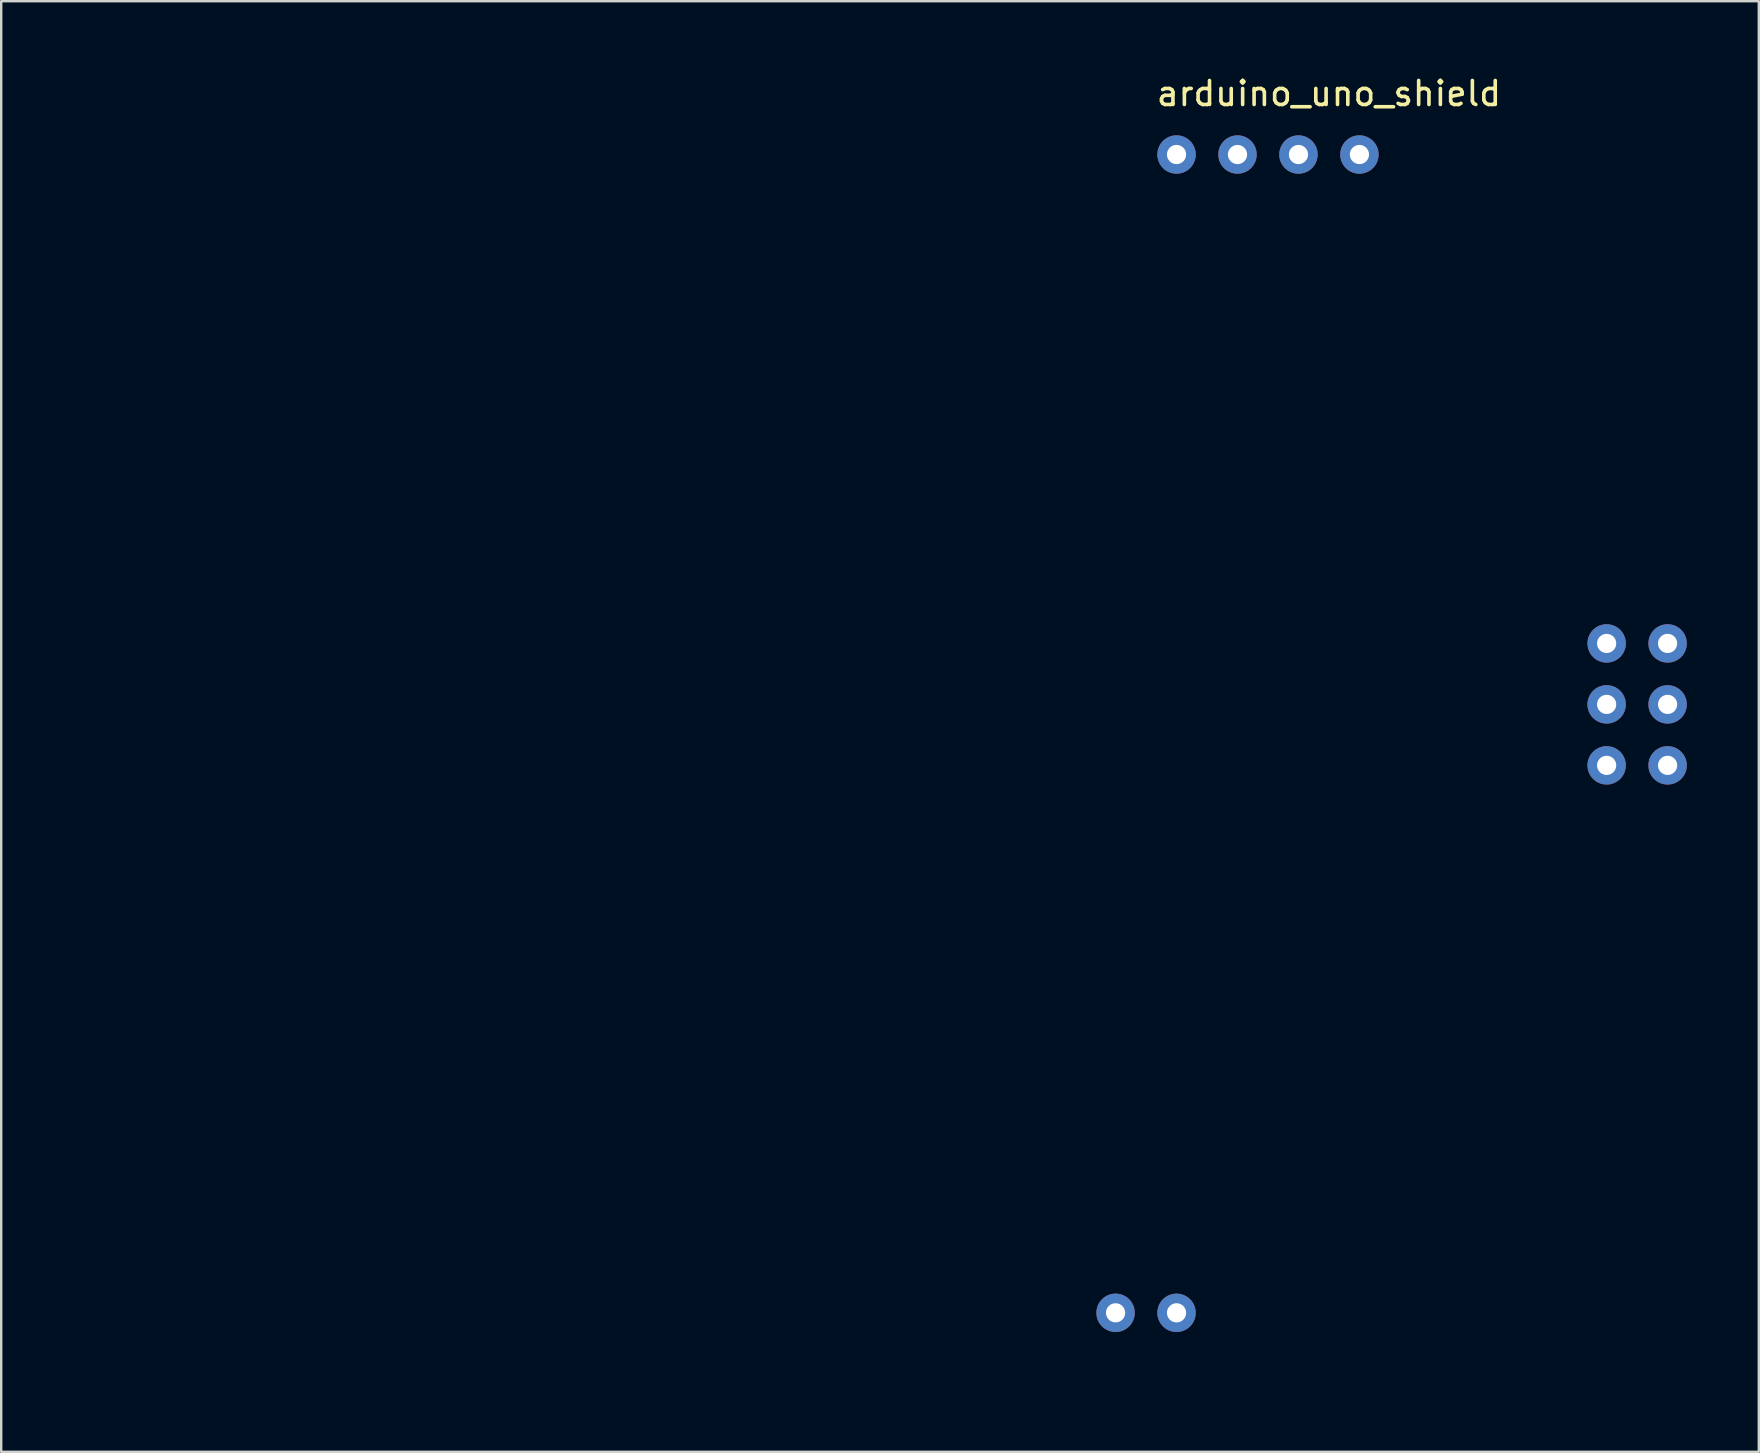
<source format=kicad_pcb>
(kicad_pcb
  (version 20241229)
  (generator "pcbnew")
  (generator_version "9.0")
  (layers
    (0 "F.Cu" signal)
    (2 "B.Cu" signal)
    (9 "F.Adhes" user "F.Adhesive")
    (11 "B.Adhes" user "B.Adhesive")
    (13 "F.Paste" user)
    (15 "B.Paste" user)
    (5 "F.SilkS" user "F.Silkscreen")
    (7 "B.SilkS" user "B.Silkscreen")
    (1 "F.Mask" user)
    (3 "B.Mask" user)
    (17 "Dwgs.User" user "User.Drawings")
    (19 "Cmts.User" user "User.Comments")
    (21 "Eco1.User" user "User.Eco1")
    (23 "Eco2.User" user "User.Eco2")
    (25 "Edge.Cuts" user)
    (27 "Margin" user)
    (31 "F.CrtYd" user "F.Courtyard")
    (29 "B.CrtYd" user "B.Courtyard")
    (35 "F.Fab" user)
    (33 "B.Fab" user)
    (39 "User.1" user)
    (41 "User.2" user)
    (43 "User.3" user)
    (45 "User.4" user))
  (footprint "arduino_uno_shield"
    (layer "F.Cu")
    (at 0.25 54.188)
    (property "Reference" "arduino_uno_shield" (at 52.07 -53.34 0) (layer "F.SilkS") (effects (font (size 1 1) (thickness 0.15))))
    (attr through_hole)
    (pad "D4" thru_hole circle (at 53.34 -50.8) (size 1.6 1.6) (drill 0.8) (layers "*.Cu" "*.Mask"))
    (pad "D5" thru_hole circle (at 50.8 -50.8) (size 1.6 1.6) (drill 0.8) (layers "*.Cu" "*.Mask"))
    (pad "D6" thru_hole circle (at 48.26 -50.8) (size 1.6 1.6) (drill 0.8) (layers "*.Cu" "*.Mask"))
    (pad "D7" thru_hole circle (at 45.72 -50.8) (size 1.6 1.6) (drill 0.8) (layers "*.Cu" "*.Mask"))
    (pad "GND" thru_hole circle (at 43.18 -2.54) (size 1.6 1.6) (drill 0.8) (layers "*.Cu" "*.Mask"))
    (pad "ISP1" thru_hole circle (at 63.64 -30.43) (size 1.6 1.6) (drill 0.8) (layers "*.Cu" "*.Mask"))
    (pad "ISP2" thru_hole circle (at 66.18 -30.43) (size 1.6 1.6) (drill 0.8) (layers "*.Cu" "*.Mask"))
    (pad "ISP3" thru_hole circle (at 63.64 -27.89) (size 1.6 1.6) (drill 0.8) (layers "*.Cu" "*.Mask"))
    (pad "ISP4" thru_hole circle (at 66.18 -27.89) (size 1.6 1.6) (drill 0.8) (layers "*.Cu" "*.Mask"))
    (pad "ISP5" thru_hole circle (at 63.64 -25.35) (size 1.6 1.6) (drill 0.8) (layers "*.Cu" "*.Mask"))
    (pad "ISP6" thru_hole circle (at 66.18 -25.35) (size 1.6 1.6) (drill 0.8) (layers "*.Cu" "*.Mask"))
    (pad "VIN" thru_hole circle (at 45.72 -2.54) (size 1.6 1.6) (drill 0.8) (layers "*.Cu" "*.Mask")))
  (gr_rect
    (start -3 -3)
    (end 70.23 57.438)
    (stroke (width 0.1) (type default))
    (fill no)
    (layer "Edge.Cuts")))
</source>
